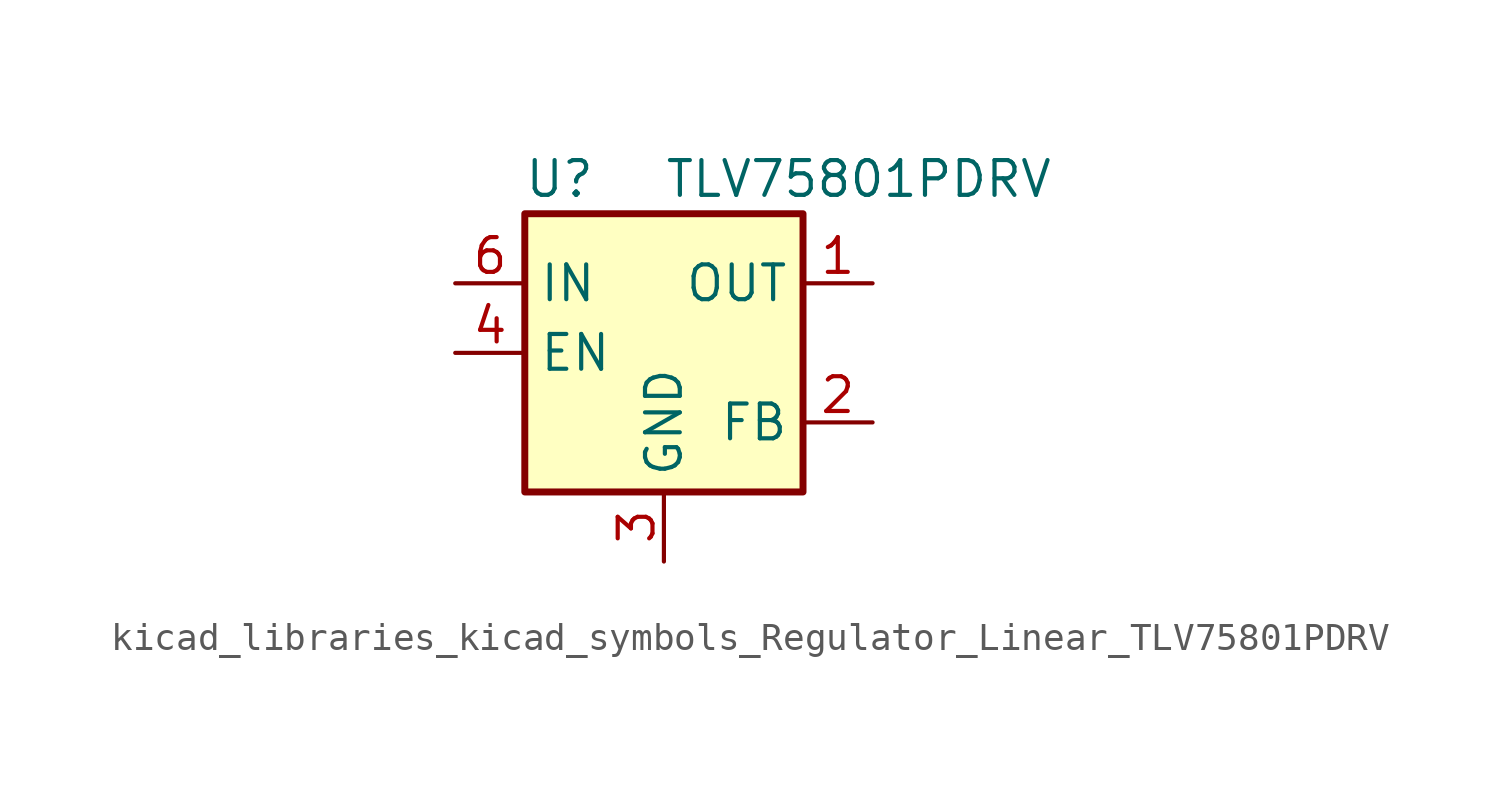
<source format=kicad_sym>
(kicad_symbol_lib
  (version 20220914)
  (generator kicad_symbol_editor)
  (symbol "kicad_libraries_kicad_symbols_Regulator_Linear_TLV75801PDRV"
    (property "Reference" "U"
      (at -3.81 6.35 0)
      (effects (font (size 1.27 1.27))))
    (property "Value" "TLV75801PDRV"
      (at 0 6.35 0)
      (effects (font (size 1.27 1.27)) (justify left)))
    (symbol "kicad_libraries_kicad_symbols_Regulator_Linear_TLV75801PDRV_0_1"
      (rectangle (start 5.08 -5.08) (end -5.08 5.08) (stroke (width 0.254) (type default)) (fill (type background))))
    (symbol "kicad_libraries_kicad_symbols_Regulator_Linear_TLV75801PDRV_1_1"
      (pin power_out line (at 7.62 2.54 180) (length 2.54) (name "OUT" (effects (font (size 1.27 1.27)))) (number "1" (effects (font (size 1.27 1.27)))))
      (pin input line (at 7.62 -2.54 180) (length 2.54) (name "FB" (effects (font (size 1.27 1.27)))) (number "2" (effects (font (size 1.27 1.27)))))
      (pin power_in line (at 0 -7.62 90) (length 2.54) (name "GND" (effects (font (size 1.27 1.27)))) (number "3" (effects (font (size 1.27 1.27)))))
      (pin input line (at -7.62 0 0) (length 2.54) (name "EN" (effects (font (size 1.27 1.27)))) (number "4" (effects (font (size 1.27 1.27)))))
      (pin no_connect line (at 5.08 0 180) (length 2.54) hide (name "DNC" (effects (font (size 1.27 1.27)))) (number "5" (effects (font (size 1.27 1.27)))))
      (pin power_in line (at -7.62 2.54 0) (length 2.54) (name "IN" (effects (font (size 1.27 1.27)))) (number "6" (effects (font (size 1.27 1.27)))))
      (pin passive line (at 0 -7.62 90) (length 2.54) hide (name "GND" (effects (font (size 1.27 1.27)))) (number "7" (effects (font (size 1.27 1.27))))))))
</source>
